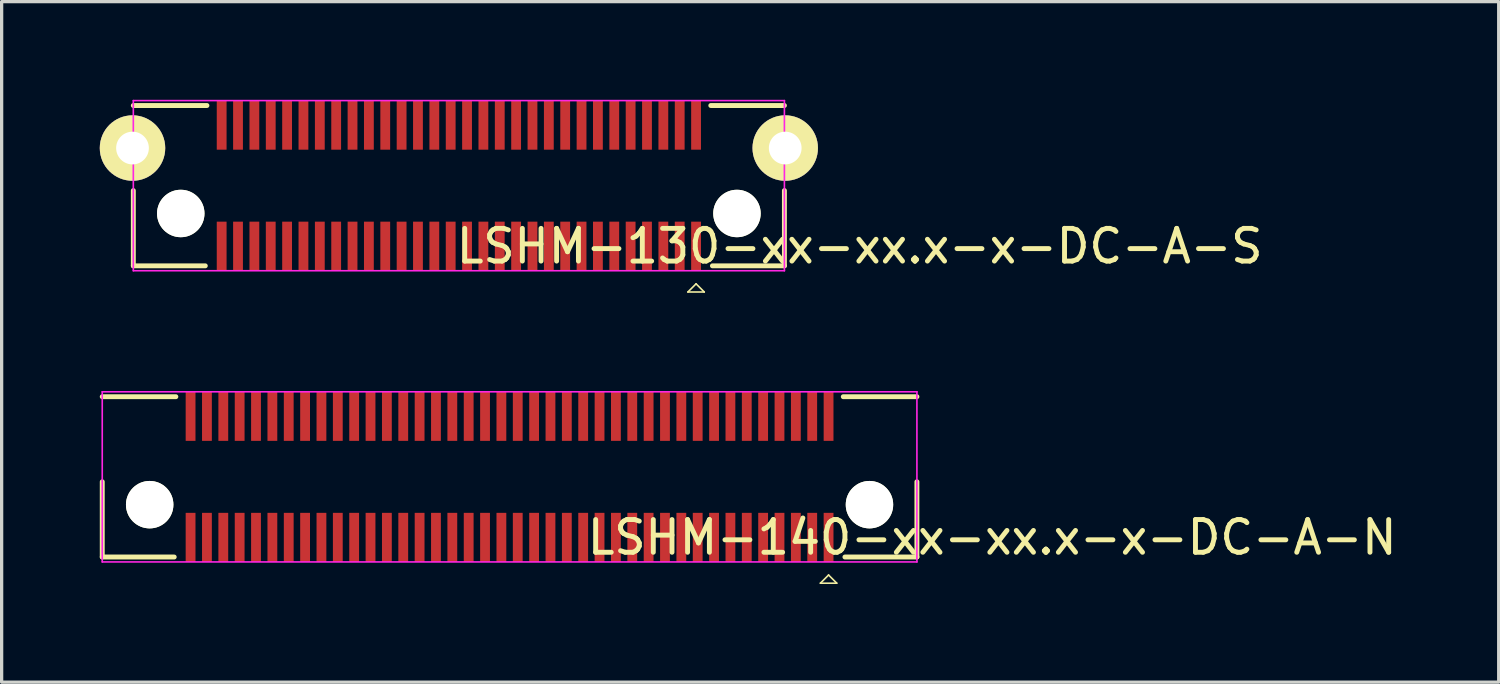
<source format=kicad_pcb>
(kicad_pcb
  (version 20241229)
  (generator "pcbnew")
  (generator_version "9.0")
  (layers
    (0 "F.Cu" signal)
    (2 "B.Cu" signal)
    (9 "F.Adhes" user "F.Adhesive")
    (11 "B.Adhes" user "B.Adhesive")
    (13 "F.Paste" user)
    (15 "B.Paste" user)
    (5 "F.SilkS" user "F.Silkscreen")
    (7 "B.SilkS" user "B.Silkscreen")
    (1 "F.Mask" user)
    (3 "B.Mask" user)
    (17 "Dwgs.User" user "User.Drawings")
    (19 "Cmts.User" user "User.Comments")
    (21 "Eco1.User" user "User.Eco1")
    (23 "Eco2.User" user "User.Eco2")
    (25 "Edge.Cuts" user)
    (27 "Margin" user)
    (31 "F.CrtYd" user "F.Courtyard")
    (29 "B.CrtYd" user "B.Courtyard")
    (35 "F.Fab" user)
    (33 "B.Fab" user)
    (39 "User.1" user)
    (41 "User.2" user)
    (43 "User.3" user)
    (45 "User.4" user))
  (footprint "LSHM-130-xx-xx.x-x-DC-A-S"
    (layer "F.Cu")
    (at 10.975 2.625)
    (property "Reference" "LSHM-130-xx-xx.x-x-DC-A-S" (at 12.25 1.85 0) (layer "F.SilkS") (effects (font (size 1 1) (thickness 0.15))))
    (attr smd)
    (fp_line (start -9.95 -2.45) (end -7.7 -2.45) (stroke (width 0.15) (type solid)) (layer "F.SilkS"))
    (fp_line (start -9.95 2.45) (end -9.95 0.15) (stroke (width 0.15) (type solid)) (layer "F.SilkS"))
    (fp_line (start -7.75 2.45) (end -9.95 2.45) (stroke (width 0.15) (type solid)) (layer "F.SilkS"))
    (fp_line (start 7 3.25) (end 7.5 3.25) (stroke (width 0.05) (type solid)) (layer "F.SilkS"))
    (fp_line (start 7.25 3) (end 7 3.25) (stroke (width 0.05) (type solid)) (layer "F.SilkS"))
    (fp_line (start 7.5 3.25) (end 7.25 3) (stroke (width 0.05) (type solid)) (layer "F.SilkS"))
    (fp_line (start 7.7 -2.45) (end 9.95 -2.45) (stroke (width 0.15) (type solid)) (layer "F.SilkS"))
    (fp_line (start 9.95 0.15) (end 9.95 2.45) (stroke (width 0.15) (type solid)) (layer "F.SilkS"))
    (fp_line (start 9.95 2.45) (end 7.75 2.45) (stroke (width 0.15) (type solid)) (layer "F.SilkS"))
    (fp_line (start -9.95 -2.6) (end -9.95 2.6) (stroke (width 0.05) (type solid)) (layer "F.CrtYd"))
    (fp_line (start -9.95 2.6) (end 9.95 2.6) (stroke (width 0.05) (type solid)) (layer "F.CrtYd"))
    (fp_line (start 9.95 -2.6) (end -9.95 -2.6) (stroke (width 0.05) (type solid)) (layer "F.CrtYd"))
    (fp_line (start 9.95 2.6) (end 9.95 -2.6) (stroke (width 0.05) (type solid)) (layer "F.CrtYd"))
    (pad "" np_thru_hole circle (at -8.5 0.85) (size 1.45 1.45) (drill 1.45) (layers "*.Cu" "*.Mask" "F.SilkS"))
    (pad "" np_thru_hole circle (at 8.5 0.85) (size 1.45 1.45) (drill 1.45) (layers "*.Cu" "*.Mask" "F.SilkS"))
    (pad "1" smd rect (at 7.25 1.85) (size 0.3 1.5) (layers "F.Cu" "F.Mask" "F.Paste"))
    (pad "2" smd rect (at 7.25 -1.85) (size 0.3 1.5) (layers "F.Cu" "F.Mask" "F.Paste"))
    (pad "3" smd rect (at 6.75 1.85) (size 0.3 1.5) (layers "F.Cu" "F.Mask" "F.Paste"))
    (pad "4" smd rect (at 6.75 -1.85) (size 0.3 1.5) (layers "F.Cu" "F.Mask" "F.Paste"))
    (pad "5" smd rect (at 6.25 1.85) (size 0.3 1.5) (layers "F.Cu" "F.Mask" "F.Paste"))
    (pad "6" smd rect (at 6.25 -1.85) (size 0.3 1.5) (layers "F.Cu" "F.Mask" "F.Paste"))
    (pad "7" smd rect (at 5.75 1.85) (size 0.3 1.5) (layers "F.Cu" "F.Mask" "F.Paste"))
    (pad "8" smd rect (at 5.75 -1.85) (size 0.3 1.5) (layers "F.Cu" "F.Mask" "F.Paste"))
    (pad "9" smd rect (at 5.25 1.85) (size 0.3 1.5) (layers "F.Cu" "F.Mask" "F.Paste"))
    (pad "10" smd rect (at 5.25 -1.85) (size 0.3 1.5) (layers "F.Cu" "F.Mask" "F.Paste"))
    (pad "11" smd rect (at 4.75 1.85) (size 0.3 1.5) (layers "F.Cu" "F.Mask" "F.Paste"))
    (pad "12" smd rect (at 4.75 -1.85) (size 0.3 1.5) (layers "F.Cu" "F.Mask" "F.Paste"))
    (pad "13" smd rect (at 4.25 1.85) (size 0.3 1.5) (layers "F.Cu" "F.Mask" "F.Paste"))
    (pad "14" smd rect (at 4.25 -1.85) (size 0.3 1.5) (layers "F.Cu" "F.Mask" "F.Paste"))
    (pad "15" smd rect (at 3.75 1.85) (size 0.3 1.5) (layers "F.Cu" "F.Mask" "F.Paste"))
    (pad "16" smd rect (at 3.75 -1.85) (size 0.3 1.5) (layers "F.Cu" "F.Mask" "F.Paste"))
    (pad "17" smd rect (at 3.25 1.85) (size 0.3 1.5) (layers "F.Cu" "F.Mask" "F.Paste"))
    (pad "18" smd rect (at 3.25 -1.85) (size 0.3 1.5) (layers "F.Cu" "F.Mask" "F.Paste"))
    (pad "19" smd rect (at 2.75 1.85) (size 0.3 1.5) (layers "F.Cu" "F.Mask" "F.Paste"))
    (pad "20" smd rect (at 2.75 -1.85) (size 0.3 1.5) (layers "F.Cu" "F.Mask" "F.Paste"))
    (pad "21" smd rect (at 2.25 1.85) (size 0.3 1.5) (layers "F.Cu" "F.Mask" "F.Paste"))
    (pad "22" smd rect (at 2.25 -1.85) (size 0.3 1.5) (layers "F.Cu" "F.Mask" "F.Paste"))
    (pad "23" smd rect (at 1.75 1.85) (size 0.3 1.5) (layers "F.Cu" "F.Mask" "F.Paste"))
    (pad "24" smd rect (at 1.75 -1.85) (size 0.3 1.5) (layers "F.Cu" "F.Mask" "F.Paste"))
    (pad "25" smd rect (at 1.25 1.85) (size 0.3 1.5) (layers "F.Cu" "F.Mask" "F.Paste"))
    (pad "26" smd rect (at 1.25 -1.85) (size 0.3 1.5) (layers "F.Cu" "F.Mask" "F.Paste"))
    (pad "27" smd rect (at 0.75 1.85) (size 0.3 1.5) (layers "F.Cu" "F.Mask" "F.Paste"))
    (pad "28" smd rect (at 0.75 -1.85) (size 0.3 1.5) (layers "F.Cu" "F.Mask" "F.Paste"))
    (pad "29" smd rect (at 0.25 1.85) (size 0.3 1.5) (layers "F.Cu" "F.Mask" "F.Paste"))
    (pad "30" smd rect (at 0.25 -1.85) (size 0.3 1.5) (layers "F.Cu" "F.Mask" "F.Paste"))
    (pad "31" smd rect (at -0.25 1.85) (size 0.3 1.5) (layers "F.Cu" "F.Mask" "F.Paste"))
    (pad "32" smd rect (at -0.25 -1.85) (size 0.3 1.5) (layers "F.Cu" "F.Mask" "F.Paste"))
    (pad "33" smd rect (at -0.75 1.85) (size 0.3 1.5) (layers "F.Cu" "F.Mask" "F.Paste"))
    (pad "34" smd rect (at -0.75 -1.85) (size 0.3 1.5) (layers "F.Cu" "F.Mask" "F.Paste"))
    (pad "35" smd rect (at -1.25 1.85) (size 0.3 1.5) (layers "F.Cu" "F.Mask" "F.Paste"))
    (pad "36" smd rect (at -1.25 -1.85) (size 0.3 1.5) (layers "F.Cu" "F.Mask" "F.Paste"))
    (pad "37" smd rect (at -1.75 1.85) (size 0.3 1.5) (layers "F.Cu" "F.Mask" "F.Paste"))
    (pad "38" smd rect (at -1.75 -1.85) (size 0.3 1.5) (layers "F.Cu" "F.Mask" "F.Paste"))
    (pad "39" smd rect (at -2.25 1.85) (size 0.3 1.5) (layers "F.Cu" "F.Mask" "F.Paste"))
    (pad "40" smd rect (at -2.25 -1.85) (size 0.3 1.5) (layers "F.Cu" "F.Mask" "F.Paste"))
    (pad "41" smd rect (at -2.75 1.85) (size 0.3 1.5) (layers "F.Cu" "F.Mask" "F.Paste"))
    (pad "42" smd rect (at -2.75 -1.85) (size 0.3 1.5) (layers "F.Cu" "F.Mask" "F.Paste"))
    (pad "43" smd rect (at -3.25 1.85) (size 0.3 1.5) (layers "F.Cu" "F.Mask" "F.Paste"))
    (pad "44" smd rect (at -3.25 -1.85) (size 0.3 1.5) (layers "F.Cu" "F.Mask" "F.Paste"))
    (pad "45" smd rect (at -3.75 1.85) (size 0.3 1.5) (layers "F.Cu" "F.Mask" "F.Paste"))
    (pad "46" smd rect (at -3.75 -1.85) (size 0.3 1.5) (layers "F.Cu" "F.Mask" "F.Paste"))
    (pad "47" smd rect (at -4.25 1.85) (size 0.3 1.5) (layers "F.Cu" "F.Mask" "F.Paste"))
    (pad "48" smd rect (at -4.25 -1.85) (size 0.3 1.5) (layers "F.Cu" "F.Mask" "F.Paste"))
    (pad "49" smd rect (at -4.75 1.85) (size 0.3 1.5) (layers "F.Cu" "F.Mask" "F.Paste"))
    (pad "50" smd rect (at -4.75 -1.85) (size 0.3 1.5) (layers "F.Cu" "F.Mask" "F.Paste"))
    (pad "51" smd rect (at -5.25 1.85) (size 0.3 1.5) (layers "F.Cu" "F.Mask" "F.Paste"))
    (pad "52" smd rect (at -5.25 -1.85) (size 0.3 1.5) (layers "F.Cu" "F.Mask" "F.Paste"))
    (pad "53" smd rect (at -5.75 1.85) (size 0.3 1.5) (layers "F.Cu" "F.Mask" "F.Paste"))
    (pad "54" smd rect (at -5.75 -1.85) (size 0.3 1.5) (layers "F.Cu" "F.Mask" "F.Paste"))
    (pad "55" smd rect (at -6.25 1.85) (size 0.3 1.5) (layers "F.Cu" "F.Mask" "F.Paste"))
    (pad "56" smd rect (at -6.25 -1.85) (size 0.3 1.5) (layers "F.Cu" "F.Mask" "F.Paste"))
    (pad "57" smd rect (at -6.75 1.85) (size 0.3 1.5) (layers "F.Cu" "F.Mask" "F.Paste"))
    (pad "58" smd rect (at -6.75 -1.85) (size 0.3 1.5) (layers "F.Cu" "F.Mask" "F.Paste"))
    (pad "59" smd rect (at -7.25 1.85) (size 0.3 1.5) (layers "F.Cu" "F.Mask" "F.Paste"))
    (pad "60" smd rect (at -7.25 -1.85) (size 0.3 1.5) (layers "F.Cu" "F.Mask" "F.Paste"))
    (pad "61" thru_hole circle (at -9.975 -1.15) (size 2 2) (drill 1) (layers "*.Cu" "*.Mask" "F.SilkS"))
    (pad "61" thru_hole circle (at 9.975 -1.15) (size 2 2) (drill 1) (layers "*.Cu" "*.Mask" "F.SilkS")))
  (footprint "LSHM-140-xx-xx.x-x-DC-A-N"
    (layer "F.Cu")
    (at 12.525 11.525)
    (property "Reference" "LSHM-140-xx-xx.x-x-DC-A-N" (at 14.75 1.85 0) (layer "F.SilkS") (effects (font (size 1 1) (thickness 0.15))))
    (attr smd)
    (fp_line (start -12.45 -2.45) (end -10.2 -2.45) (stroke (width 0.15) (type solid)) (layer "F.SilkS"))
    (fp_line (start -12.45 2.45) (end -12.45 0.15) (stroke (width 0.15) (type solid)) (layer "F.SilkS"))
    (fp_line (start -10.25 2.45) (end -12.45 2.45) (stroke (width 0.15) (type solid)) (layer "F.SilkS"))
    (fp_line (start 9.5 3.25) (end 10 3.25) (stroke (width 0.05) (type solid)) (layer "F.SilkS"))
    (fp_line (start 9.75 3) (end 9.5 3.25) (stroke (width 0.05) (type solid)) (layer "F.SilkS"))
    (fp_line (start 10 3.25) (end 9.75 3) (stroke (width 0.05) (type solid)) (layer "F.SilkS"))
    (fp_line (start 10.2 -2.45) (end 12.45 -2.45) (stroke (width 0.15) (type solid)) (layer "F.SilkS"))
    (fp_line (start 12.45 0.15) (end 12.45 2.45) (stroke (width 0.15) (type solid)) (layer "F.SilkS"))
    (fp_line (start 12.45 2.45) (end 10.25 2.45) (stroke (width 0.15) (type solid)) (layer "F.SilkS"))
    (fp_line (start -12.45 -2.6) (end -12.45 2.6) (stroke (width 0.05) (type solid)) (layer "F.CrtYd"))
    (fp_line (start -12.45 2.6) (end 12.45 2.6) (stroke (width 0.05) (type solid)) (layer "F.CrtYd"))
    (fp_line (start 12.45 -2.6) (end -12.45 -2.6) (stroke (width 0.05) (type solid)) (layer "F.CrtYd"))
    (fp_line (start 12.45 2.6) (end 12.45 -2.6) (stroke (width 0.05) (type solid)) (layer "F.CrtYd"))
    (pad "" np_thru_hole circle (at -11 0.85) (size 1.45 1.45) (drill 1.45) (layers "*.Cu" "*.Mask" "F.SilkS"))
    (pad "" np_thru_hole circle (at 11 0.85) (size 1.45 1.45) (drill 1.45) (layers "*.Cu" "*.Mask" "F.SilkS"))
    (pad "1" smd rect (at 9.75 1.85) (size 0.3 1.5) (layers "F.Cu" "F.Mask" "F.Paste"))
    (pad "2" smd rect (at 9.75 -1.85) (size 0.3 1.5) (layers "F.Cu" "F.Mask" "F.Paste"))
    (pad "3" smd rect (at 9.25 1.85) (size 0.3 1.5) (layers "F.Cu" "F.Mask" "F.Paste"))
    (pad "4" smd rect (at 9.25 -1.85) (size 0.3 1.5) (layers "F.Cu" "F.Mask" "F.Paste"))
    (pad "5" smd rect (at 8.75 1.85) (size 0.3 1.5) (layers "F.Cu" "F.Mask" "F.Paste"))
    (pad "6" smd rect (at 8.75 -1.85) (size 0.3 1.5) (layers "F.Cu" "F.Mask" "F.Paste"))
    (pad "7" smd rect (at 8.25 1.85) (size 0.3 1.5) (layers "F.Cu" "F.Mask" "F.Paste"))
    (pad "8" smd rect (at 8.25 -1.85) (size 0.3 1.5) (layers "F.Cu" "F.Mask" "F.Paste"))
    (pad "9" smd rect (at 7.75 1.85) (size 0.3 1.5) (layers "F.Cu" "F.Mask" "F.Paste"))
    (pad "10" smd rect (at 7.75 -1.85) (size 0.3 1.5) (layers "F.Cu" "F.Mask" "F.Paste"))
    (pad "11" smd rect (at 7.25 1.85) (size 0.3 1.5) (layers "F.Cu" "F.Mask" "F.Paste"))
    (pad "12" smd rect (at 7.25 -1.85) (size 0.3 1.5) (layers "F.Cu" "F.Mask" "F.Paste"))
    (pad "13" smd rect (at 6.75 1.85) (size 0.3 1.5) (layers "F.Cu" "F.Mask" "F.Paste"))
    (pad "14" smd rect (at 6.75 -1.85) (size 0.3 1.5) (layers "F.Cu" "F.Mask" "F.Paste"))
    (pad "15" smd rect (at 6.25 1.85) (size 0.3 1.5) (layers "F.Cu" "F.Mask" "F.Paste"))
    (pad "16" smd rect (at 6.25 -1.85) (size 0.3 1.5) (layers "F.Cu" "F.Mask" "F.Paste"))
    (pad "17" smd rect (at 5.75 1.85) (size 0.3 1.5) (layers "F.Cu" "F.Mask" "F.Paste"))
    (pad "18" smd rect (at 5.75 -1.85) (size 0.3 1.5) (layers "F.Cu" "F.Mask" "F.Paste"))
    (pad "19" smd rect (at 5.25 1.85) (size 0.3 1.5) (layers "F.Cu" "F.Mask" "F.Paste"))
    (pad "20" smd rect (at 5.25 -1.85) (size 0.3 1.5) (layers "F.Cu" "F.Mask" "F.Paste"))
    (pad "21" smd rect (at 4.75 1.85) (size 0.3 1.5) (layers "F.Cu" "F.Mask" "F.Paste"))
    (pad "22" smd rect (at 4.75 -1.85) (size 0.3 1.5) (layers "F.Cu" "F.Mask" "F.Paste"))
    (pad "23" smd rect (at 4.25 1.85) (size 0.3 1.5) (layers "F.Cu" "F.Mask" "F.Paste"))
    (pad "24" smd rect (at 4.25 -1.85) (size 0.3 1.5) (layers "F.Cu" "F.Mask" "F.Paste"))
    (pad "25" smd rect (at 3.75 1.85) (size 0.3 1.5) (layers "F.Cu" "F.Mask" "F.Paste"))
    (pad "26" smd rect (at 3.75 -1.85) (size 0.3 1.5) (layers "F.Cu" "F.Mask" "F.Paste"))
    (pad "27" smd rect (at 3.25 1.85) (size 0.3 1.5) (layers "F.Cu" "F.Mask" "F.Paste"))
    (pad "28" smd rect (at 3.25 -1.85) (size 0.3 1.5) (layers "F.Cu" "F.Mask" "F.Paste"))
    (pad "29" smd rect (at 2.75 1.85) (size 0.3 1.5) (layers "F.Cu" "F.Mask" "F.Paste"))
    (pad "30" smd rect (at 2.75 -1.85) (size 0.3 1.5) (layers "F.Cu" "F.Mask" "F.Paste"))
    (pad "31" smd rect (at 2.25 1.85) (size 0.3 1.5) (layers "F.Cu" "F.Mask" "F.Paste"))
    (pad "32" smd rect (at 2.25 -1.85) (size 0.3 1.5) (layers "F.Cu" "F.Mask" "F.Paste"))
    (pad "33" smd rect (at 1.75 1.85) (size 0.3 1.5) (layers "F.Cu" "F.Mask" "F.Paste"))
    (pad "34" smd rect (at 1.75 -1.85) (size 0.3 1.5) (layers "F.Cu" "F.Mask" "F.Paste"))
    (pad "35" smd rect (at 1.25 1.85) (size 0.3 1.5) (layers "F.Cu" "F.Mask" "F.Paste"))
    (pad "36" smd rect (at 1.25 -1.85) (size 0.3 1.5) (layers "F.Cu" "F.Mask" "F.Paste"))
    (pad "37" smd rect (at 0.75 1.85) (size 0.3 1.5) (layers "F.Cu" "F.Mask" "F.Paste"))
    (pad "38" smd rect (at 0.75 -1.85) (size 0.3 1.5) (layers "F.Cu" "F.Mask" "F.Paste"))
    (pad "39" smd rect (at 0.25 1.85) (size 0.3 1.5) (layers "F.Cu" "F.Mask" "F.Paste"))
    (pad "40" smd rect (at 0.25 -1.85) (size 0.3 1.5) (layers "F.Cu" "F.Mask" "F.Paste"))
    (pad "41" smd rect (at -0.25 1.85) (size 0.3 1.5) (layers "F.Cu" "F.Mask" "F.Paste"))
    (pad "42" smd rect (at -0.25 -1.85) (size 0.3 1.5) (layers "F.Cu" "F.Mask" "F.Paste"))
    (pad "43" smd rect (at -0.75 1.85) (size 0.3 1.5) (layers "F.Cu" "F.Mask" "F.Paste"))
    (pad "44" smd rect (at -0.75 -1.85) (size 0.3 1.5) (layers "F.Cu" "F.Mask" "F.Paste"))
    (pad "45" smd rect (at -1.25 1.85) (size 0.3 1.5) (layers "F.Cu" "F.Mask" "F.Paste"))
    (pad "46" smd rect (at -1.25 -1.85) (size 0.3 1.5) (layers "F.Cu" "F.Mask" "F.Paste"))
    (pad "47" smd rect (at -1.75 1.85) (size 0.3 1.5) (layers "F.Cu" "F.Mask" "F.Paste"))
    (pad "48" smd rect (at -1.75 -1.85) (size 0.3 1.5) (layers "F.Cu" "F.Mask" "F.Paste"))
    (pad "49" smd rect (at -2.25 1.85) (size 0.3 1.5) (layers "F.Cu" "F.Mask" "F.Paste"))
    (pad "50" smd rect (at -2.25 -1.85) (size 0.3 1.5) (layers "F.Cu" "F.Mask" "F.Paste"))
    (pad "51" smd rect (at -2.75 1.85) (size 0.3 1.5) (layers "F.Cu" "F.Mask" "F.Paste"))
    (pad "52" smd rect (at -2.75 -1.85) (size 0.3 1.5) (layers "F.Cu" "F.Mask" "F.Paste"))
    (pad "53" smd rect (at -3.25 1.85) (size 0.3 1.5) (layers "F.Cu" "F.Mask" "F.Paste"))
    (pad "54" smd rect (at -3.25 -1.85) (size 0.3 1.5) (layers "F.Cu" "F.Mask" "F.Paste"))
    (pad "55" smd rect (at -3.75 1.85) (size 0.3 1.5) (layers "F.Cu" "F.Mask" "F.Paste"))
    (pad "56" smd rect (at -3.75 -1.85) (size 0.3 1.5) (layers "F.Cu" "F.Mask" "F.Paste"))
    (pad "57" smd rect (at -4.25 1.85) (size 0.3 1.5) (layers "F.Cu" "F.Mask" "F.Paste"))
    (pad "58" smd rect (at -4.25 -1.85) (size 0.3 1.5) (layers "F.Cu" "F.Mask" "F.Paste"))
    (pad "59" smd rect (at -4.75 1.85) (size 0.3 1.5) (layers "F.Cu" "F.Mask" "F.Paste"))
    (pad "60" smd rect (at -4.75 -1.85) (size 0.3 1.5) (layers "F.Cu" "F.Mask" "F.Paste"))
    (pad "61" smd rect (at -5.25 1.85) (size 0.3 1.5) (layers "F.Cu" "F.Mask" "F.Paste"))
    (pad "62" smd rect (at -5.25 -1.85) (size 0.3 1.5) (layers "F.Cu" "F.Mask" "F.Paste"))
    (pad "63" smd rect (at -5.75 1.85) (size 0.3 1.5) (layers "F.Cu" "F.Mask" "F.Paste"))
    (pad "64" smd rect (at -5.75 -1.85) (size 0.3 1.5) (layers "F.Cu" "F.Mask" "F.Paste"))
    (pad "65" smd rect (at -6.25 1.85) (size 0.3 1.5) (layers "F.Cu" "F.Mask" "F.Paste"))
    (pad "66" smd rect (at -6.25 -1.85) (size 0.3 1.5) (layers "F.Cu" "F.Mask" "F.Paste"))
    (pad "67" smd rect (at -6.75 1.85) (size 0.3 1.5) (layers "F.Cu" "F.Mask" "F.Paste"))
    (pad "68" smd rect (at -6.75 -1.85) (size 0.3 1.5) (layers "F.Cu" "F.Mask" "F.Paste"))
    (pad "69" smd rect (at -7.25 1.85) (size 0.3 1.5) (layers "F.Cu" "F.Mask" "F.Paste"))
    (pad "70" smd rect (at -7.25 -1.85) (size 0.3 1.5) (layers "F.Cu" "F.Mask" "F.Paste"))
    (pad "71" smd rect (at -7.75 1.85) (size 0.3 1.5) (layers "F.Cu" "F.Mask" "F.Paste"))
    (pad "72" smd rect (at -7.75 -1.85) (size 0.3 1.5) (layers "F.Cu" "F.Mask" "F.Paste"))
    (pad "73" smd rect (at -8.25 1.85) (size 0.3 1.5) (layers "F.Cu" "F.Mask" "F.Paste"))
    (pad "74" smd rect (at -8.25 -1.85) (size 0.3 1.5) (layers "F.Cu" "F.Mask" "F.Paste"))
    (pad "75" smd rect (at -8.75 1.85) (size 0.3 1.5) (layers "F.Cu" "F.Mask" "F.Paste"))
    (pad "76" smd rect (at -8.75 -1.85) (size 0.3 1.5) (layers "F.Cu" "F.Mask" "F.Paste"))
    (pad "77" smd rect (at -9.25 1.85) (size 0.3 1.5) (layers "F.Cu" "F.Mask" "F.Paste"))
    (pad "78" smd rect (at -9.25 -1.85) (size 0.3 1.5) (layers "F.Cu" "F.Mask" "F.Paste"))
    (pad "79" smd rect (at -9.75 1.85) (size 0.3 1.5) (layers "F.Cu" "F.Mask" "F.Paste"))
    (pad "80" smd rect (at -9.75 -1.85) (size 0.3 1.5) (layers "F.Cu" "F.Mask" "F.Paste")))
  (gr_rect
    (start -3 -3)
    (end 42.757 17.8)
    (stroke (width 0.1) (type default))
    (fill no)
    (layer "Edge.Cuts")))
</source>
